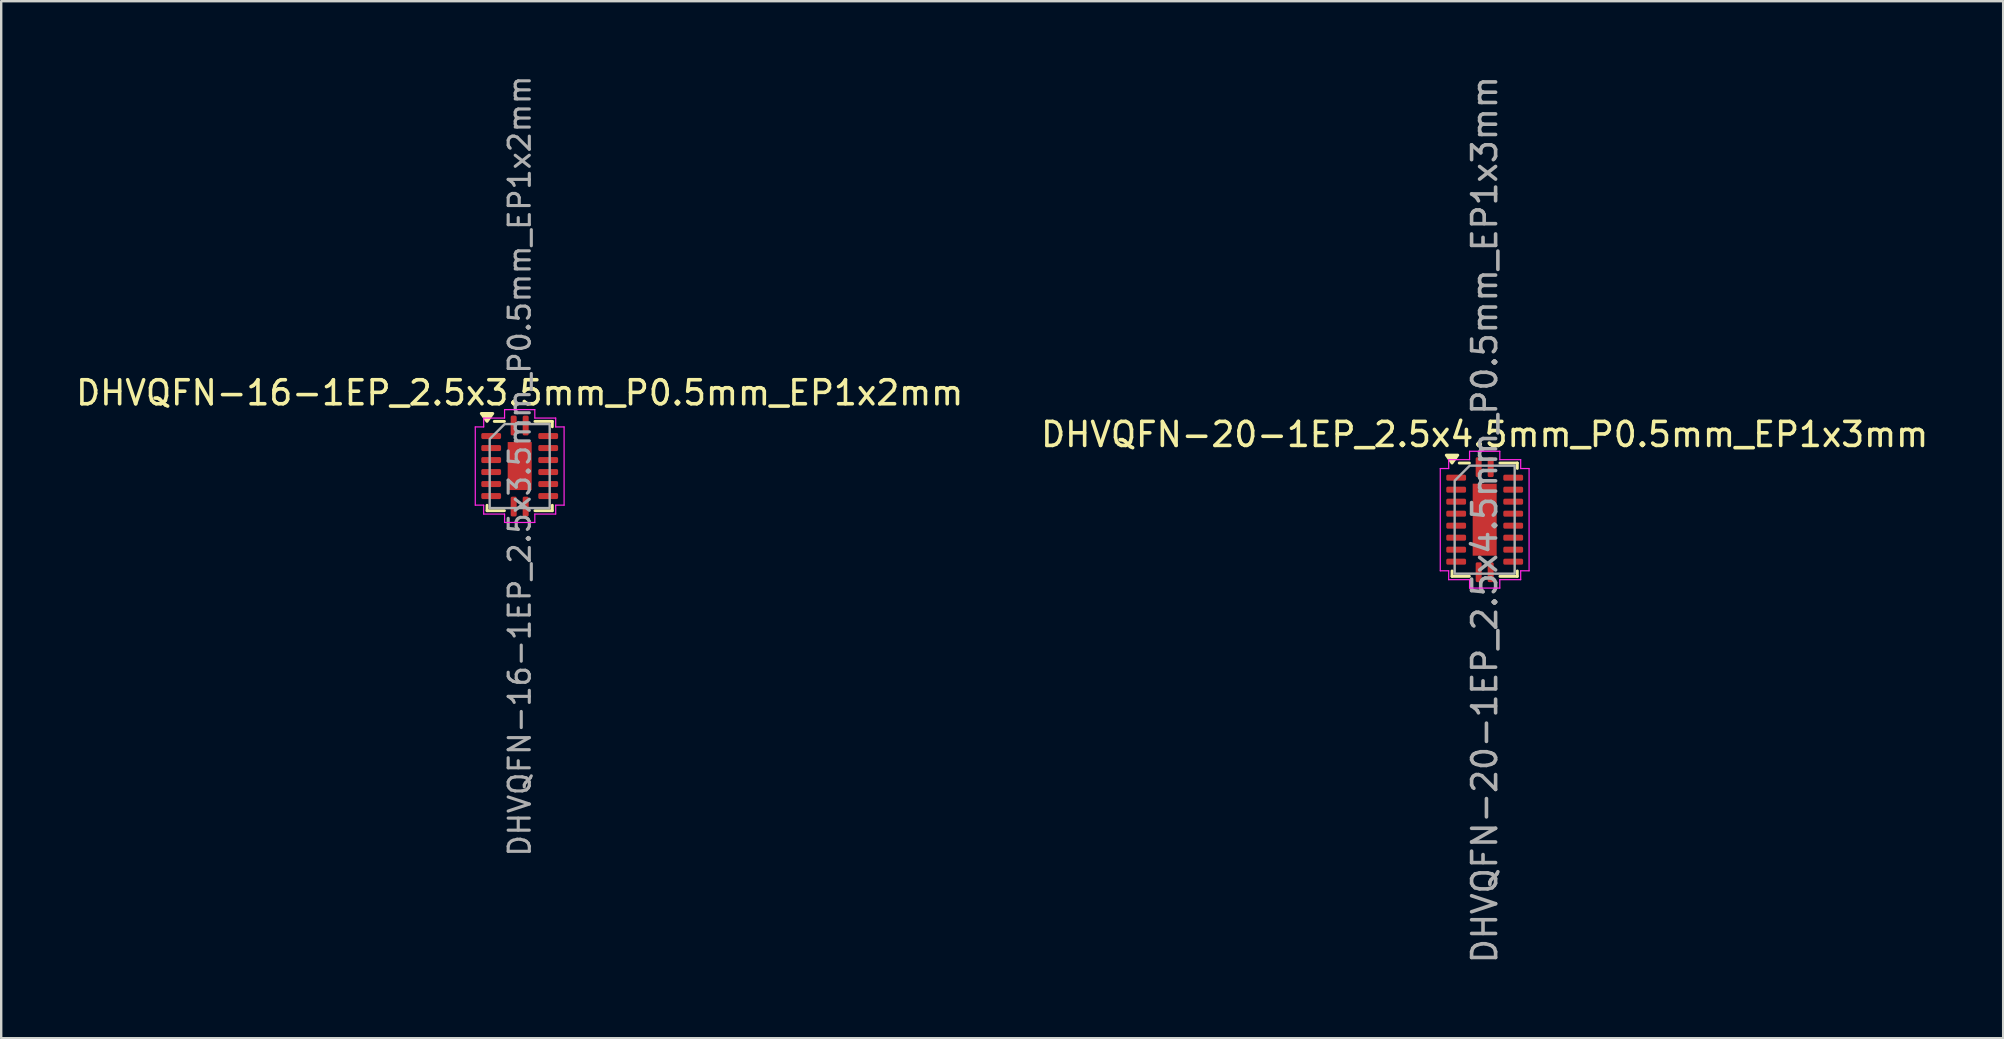
<source format=kicad_pcb>
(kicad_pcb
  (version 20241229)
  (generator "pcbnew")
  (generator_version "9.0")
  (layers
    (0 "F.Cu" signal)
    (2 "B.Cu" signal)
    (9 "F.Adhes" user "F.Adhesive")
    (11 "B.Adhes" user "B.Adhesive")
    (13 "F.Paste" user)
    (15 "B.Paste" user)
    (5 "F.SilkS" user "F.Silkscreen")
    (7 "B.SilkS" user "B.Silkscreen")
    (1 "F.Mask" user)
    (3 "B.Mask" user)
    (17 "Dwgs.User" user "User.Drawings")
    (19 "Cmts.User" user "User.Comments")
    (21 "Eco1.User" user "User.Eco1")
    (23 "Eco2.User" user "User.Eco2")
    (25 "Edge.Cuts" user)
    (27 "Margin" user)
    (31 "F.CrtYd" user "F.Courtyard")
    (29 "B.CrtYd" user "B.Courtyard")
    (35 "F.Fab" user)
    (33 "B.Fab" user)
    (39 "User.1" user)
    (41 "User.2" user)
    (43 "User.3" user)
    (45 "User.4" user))
  (footprint "DHVQFN-20-1EP_2.5x4.5mm_P0.5mm_EP1x3mm"
    (layer "F.Cu")
    (at 58.804 18.601)
    (property "Reference" "DHVQFN-20-1EP_2.5x4.5mm_P0.5mm_EP1x3mm" (at 0 -3.55 0) (layer "F.SilkS") (effects (font (size 1 1) (thickness 0.15))))
    (attr smd)
    (fp_line (start -1.36 2.36) (end -1.36 2.135) (stroke (width 0.12) (type solid)) (layer "F.SilkS"))
    (fp_line (start -0.635 -2.36) (end -1.06 -2.36) (stroke (width 0.12) (type solid)) (layer "F.SilkS"))
    (fp_line (start -0.635 2.36) (end -1.36 2.36) (stroke (width 0.12) (type solid)) (layer "F.SilkS"))
    (fp_line (start 0.635 -2.36) (end 1.36 -2.36) (stroke (width 0.12) (type solid)) (layer "F.SilkS"))
    (fp_line (start 0.635 2.36) (end 1.36 2.36) (stroke (width 0.12) (type solid)) (layer "F.SilkS"))
    (fp_line (start 1.36 -2.36) (end 1.36 -2.135) (stroke (width 0.12) (type solid)) (layer "F.SilkS"))
    (fp_line (start 1.36 2.36) (end 1.36 2.135) (stroke (width 0.12) (type solid)) (layer "F.SilkS"))
    (fp_poly (pts (xy -1.36 -2.36) (xy -1.6 -2.69) (xy -1.12 -2.69)) (stroke (width 0.12) (type solid)) (fill yes) (layer "F.SilkS"))
    (fp_line (start -1.85 -2.13) (end -1.5 -2.13) (stroke (width 0.05) (type solid)) (layer "F.CrtYd"))
    (fp_line (start -1.85 2.13) (end -1.85 -2.13) (stroke (width 0.05) (type solid)) (layer "F.CrtYd"))
    (fp_line (start -1.5 -2.5) (end -0.63 -2.5) (stroke (width 0.05) (type solid)) (layer "F.CrtYd"))
    (fp_line (start -1.5 -2.13) (end -1.5 -2.5) (stroke (width 0.05) (type solid)) (layer "F.CrtYd"))
    (fp_line (start -1.5 2.13) (end -1.85 2.13) (stroke (width 0.05) (type solid)) (layer "F.CrtYd"))
    (fp_line (start -1.5 2.5) (end -1.5 2.13) (stroke (width 0.05) (type solid)) (layer "F.CrtYd"))
    (fp_line (start -0.63 -2.85) (end 0.63 -2.85) (stroke (width 0.05) (type solid)) (layer "F.CrtYd"))
    (fp_line (start -0.63 -2.5) (end -0.63 -2.85) (stroke (width 0.05) (type solid)) (layer "F.CrtYd"))
    (fp_line (start -0.63 2.5) (end -1.5 2.5) (stroke (width 0.05) (type solid)) (layer "F.CrtYd"))
    (fp_line (start -0.63 2.85) (end -0.63 2.5) (stroke (width 0.05) (type solid)) (layer "F.CrtYd"))
    (fp_line (start 0.63 -2.85) (end 0.63 -2.5) (stroke (width 0.05) (type solid)) (layer "F.CrtYd"))
    (fp_line (start 0.63 -2.5) (end 1.5 -2.5) (stroke (width 0.05) (type solid)) (layer "F.CrtYd"))
    (fp_line (start 0.63 2.5) (end 0.63 2.85) (stroke (width 0.05) (type solid)) (layer "F.CrtYd"))
    (fp_line (start 0.63 2.85) (end -0.63 2.85) (stroke (width 0.05) (type solid)) (layer "F.CrtYd"))
    (fp_line (start 1.5 -2.5) (end 1.5 -2.13) (stroke (width 0.05) (type solid)) (layer "F.CrtYd"))
    (fp_line (start 1.5 -2.13) (end 1.85 -2.13) (stroke (width 0.05) (type solid)) (layer "F.CrtYd"))
    (fp_line (start 1.5 2.13) (end 1.5 2.5) (stroke (width 0.05) (type solid)) (layer "F.CrtYd"))
    (fp_line (start 1.5 2.5) (end 0.63 2.5) (stroke (width 0.05) (type solid)) (layer "F.CrtYd"))
    (fp_line (start 1.85 -2.13) (end 1.85 2.13) (stroke (width 0.05) (type solid)) (layer "F.CrtYd"))
    (fp_line (start 1.85 2.13) (end 1.5 2.13) (stroke (width 0.05) (type solid)) (layer "F.CrtYd"))
    (fp_poly (pts (xy -1.25 -1.625) (xy -1.25 2.25) (xy 1.25 2.25) (xy 1.25 -2.25) (xy -0.625 -2.25)) (stroke (width 0.1) (type solid)) (fill no) (layer "F.Fab"))
    (fp_text user "${REFERENCE}" (at 0 0 90) (layer "F.Fab") (effects (font (size 1 1) (thickness 0.15))))
    (pad "" smd roundrect (at 0 -0.75) (size 0.81 1.21) (layers "F.Paste") (roundrect_rratio 0.25))
    (pad "" smd roundrect (at 0 0.75) (size 0.81 1.21) (layers "F.Paste") (roundrect_rratio 0.25))
    (pad "1" smd roundrect (at -0.25 -2.188) (size 0.25 0.825) (layers "F.Cu" "F.Mask" "F.Paste") (roundrect_rratio 0.25))
    (pad "2" smd roundrect (at -1.188 -1.75) (size 0.825 0.25) (layers "F.Cu" "F.Mask" "F.Paste") (roundrect_rratio 0.25))
    (pad "3" smd roundrect (at -1.188 -1.25) (size 0.825 0.25) (layers "F.Cu" "F.Mask" "F.Paste") (roundrect_rratio 0.25))
    (pad "4" smd roundrect (at -1.188 -0.75) (size 0.825 0.25) (layers "F.Cu" "F.Mask" "F.Paste") (roundrect_rratio 0.25))
    (pad "5" smd roundrect (at -1.188 -0.25) (size 0.825 0.25) (layers "F.Cu" "F.Mask" "F.Paste") (roundrect_rratio 0.25))
    (pad "6" smd roundrect (at -1.188 0.25) (size 0.825 0.25) (layers "F.Cu" "F.Mask" "F.Paste") (roundrect_rratio 0.25))
    (pad "7" smd roundrect (at -1.188 0.75) (size 0.825 0.25) (layers "F.Cu" "F.Mask" "F.Paste") (roundrect_rratio 0.25))
    (pad "8" smd roundrect (at -1.188 1.25) (size 0.825 0.25) (layers "F.Cu" "F.Mask" "F.Paste") (roundrect_rratio 0.25))
    (pad "9" smd roundrect (at -1.188 1.75) (size 0.825 0.25) (layers "F.Cu" "F.Mask" "F.Paste") (roundrect_rratio 0.25))
    (pad "10" smd roundrect (at -0.25 2.188) (size 0.25 0.825) (layers "F.Cu" "F.Mask" "F.Paste") (roundrect_rratio 0.25))
    (pad "11" smd roundrect (at 0.25 2.188) (size 0.25 0.825) (layers "F.Cu" "F.Mask" "F.Paste") (roundrect_rratio 0.25))
    (pad "12" smd roundrect (at 1.188 1.75) (size 0.825 0.25) (layers "F.Cu" "F.Mask" "F.Paste") (roundrect_rratio 0.25))
    (pad "13" smd roundrect (at 1.188 1.25) (size 0.825 0.25) (layers "F.Cu" "F.Mask" "F.Paste") (roundrect_rratio 0.25))
    (pad "14" smd roundrect (at 1.188 0.75) (size 0.825 0.25) (layers "F.Cu" "F.Mask" "F.Paste") (roundrect_rratio 0.25))
    (pad "15" smd roundrect (at 1.188 0.25) (size 0.825 0.25) (layers "F.Cu" "F.Mask" "F.Paste") (roundrect_rratio 0.25))
    (pad "16" smd roundrect (at 1.188 -0.25) (size 0.825 0.25) (layers "F.Cu" "F.Mask" "F.Paste") (roundrect_rratio 0.25))
    (pad "17" smd roundrect (at 1.188 -0.75) (size 0.825 0.25) (layers "F.Cu" "F.Mask" "F.Paste") (roundrect_rratio 0.25))
    (pad "18" smd roundrect (at 1.188 -1.25) (size 0.825 0.25) (layers "F.Cu" "F.Mask" "F.Paste") (roundrect_rratio 0.25))
    (pad "19" smd roundrect (at 1.188 -1.75) (size 0.825 0.25) (layers "F.Cu" "F.Mask" "F.Paste") (roundrect_rratio 0.25))
    (pad "20" smd roundrect (at 0.25 -2.188) (size 0.25 0.825) (layers "F.Cu" "F.Mask" "F.Paste") (roundrect_rratio 0.25))
    (pad "21" smd rect (at 0 0) (size 1 3) (property pad_prop_heatsink) (layers "F.Cu" "F.Mask")))
  (footprint "DHVQFN-16-1EP_2.5x3.5mm_P0.5mm_EP1x2mm"
    (layer "F.Cu")
    (at 18.601 16.366)
    (property "Reference" "DHVQFN-16-1EP_2.5x3.5mm_P0.5mm_EP1x2mm" (at 0 -3.05 0) (layer "F.SilkS") (effects (font (size 1 1) (thickness 0.15))))
    (attr smd)
    (fp_line (start -1.36 1.86) (end -1.36 1.635) (stroke (width 0.12) (type solid)) (layer "F.SilkS"))
    (fp_line (start -0.635 -1.86) (end -1.06 -1.86) (stroke (width 0.12) (type solid)) (layer "F.SilkS"))
    (fp_line (start -0.635 1.86) (end -1.36 1.86) (stroke (width 0.12) (type solid)) (layer "F.SilkS"))
    (fp_line (start 0.635 -1.86) (end 1.36 -1.86) (stroke (width 0.12) (type solid)) (layer "F.SilkS"))
    (fp_line (start 0.635 1.86) (end 1.36 1.86) (stroke (width 0.12) (type solid)) (layer "F.SilkS"))
    (fp_line (start 1.36 -1.86) (end 1.36 -1.635) (stroke (width 0.12) (type solid)) (layer "F.SilkS"))
    (fp_line (start 1.36 1.86) (end 1.36 1.635) (stroke (width 0.12) (type solid)) (layer "F.SilkS"))
    (fp_poly (pts (xy -1.36 -1.86) (xy -1.6 -2.19) (xy -1.12 -2.19)) (stroke (width 0.12) (type solid)) (fill yes) (layer "F.SilkS"))
    (fp_line (start -1.85 -1.63) (end -1.5 -1.63) (stroke (width 0.05) (type solid)) (layer "F.CrtYd"))
    (fp_line (start -1.85 1.63) (end -1.85 -1.63) (stroke (width 0.05) (type solid)) (layer "F.CrtYd"))
    (fp_line (start -1.5 -2) (end -0.63 -2) (stroke (width 0.05) (type solid)) (layer "F.CrtYd"))
    (fp_line (start -1.5 -1.63) (end -1.5 -2) (stroke (width 0.05) (type solid)) (layer "F.CrtYd"))
    (fp_line (start -1.5 1.63) (end -1.85 1.63) (stroke (width 0.05) (type solid)) (layer "F.CrtYd"))
    (fp_line (start -1.5 2) (end -1.5 1.63) (stroke (width 0.05) (type solid)) (layer "F.CrtYd"))
    (fp_line (start -0.63 -2.35) (end 0.63 -2.35) (stroke (width 0.05) (type solid)) (layer "F.CrtYd"))
    (fp_line (start -0.63 -2) (end -0.63 -2.35) (stroke (width 0.05) (type solid)) (layer "F.CrtYd"))
    (fp_line (start -0.63 2) (end -1.5 2) (stroke (width 0.05) (type solid)) (layer "F.CrtYd"))
    (fp_line (start -0.63 2.35) (end -0.63 2) (stroke (width 0.05) (type solid)) (layer "F.CrtYd"))
    (fp_line (start 0.63 -2.35) (end 0.63 -2) (stroke (width 0.05) (type solid)) (layer "F.CrtYd"))
    (fp_line (start 0.63 -2) (end 1.5 -2) (stroke (width 0.05) (type solid)) (layer "F.CrtYd"))
    (fp_line (start 0.63 2) (end 0.63 2.35) (stroke (width 0.05) (type solid)) (layer "F.CrtYd"))
    (fp_line (start 0.63 2.35) (end -0.63 2.35) (stroke (width 0.05) (type solid)) (layer "F.CrtYd"))
    (fp_line (start 1.5 -2) (end 1.5 -1.63) (stroke (width 0.05) (type solid)) (layer "F.CrtYd"))
    (fp_line (start 1.5 -1.63) (end 1.85 -1.63) (stroke (width 0.05) (type solid)) (layer "F.CrtYd"))
    (fp_line (start 1.5 1.63) (end 1.5 2) (stroke (width 0.05) (type solid)) (layer "F.CrtYd"))
    (fp_line (start 1.5 2) (end 0.63 2) (stroke (width 0.05) (type solid)) (layer "F.CrtYd"))
    (fp_line (start 1.85 -1.63) (end 1.85 1.63) (stroke (width 0.05) (type solid)) (layer "F.CrtYd"))
    (fp_line (start 1.85 1.63) (end 1.5 1.63) (stroke (width 0.05) (type solid)) (layer "F.CrtYd"))
    (fp_poly (pts (xy -1.25 -1.125) (xy -1.25 1.75) (xy 1.25 1.75) (xy 1.25 -1.75) (xy -0.625 -1.75)) (stroke (width 0.1) (type solid)) (fill no) (layer "F.Fab"))
    (fp_text user "${REFERENCE}" (at 0 0 90) (layer "F.Fab") (effects (font (size 0.88 0.88) (thickness 0.13))))
    (pad "" smd roundrect (at 0 -0.5) (size 0.81 0.81) (layers "F.Paste") (roundrect_rratio 0.25))
    (pad "" smd roundrect (at 0 0.5) (size 0.81 0.81) (layers "F.Paste") (roundrect_rratio 0.25))
    (pad "1" smd roundrect (at -0.25 -1.688) (size 0.25 0.825) (layers "F.Cu" "F.Mask" "F.Paste") (roundrect_rratio 0.25))
    (pad "2" smd roundrect (at -1.188 -1.25) (size 0.825 0.25) (layers "F.Cu" "F.Mask" "F.Paste") (roundrect_rratio 0.25))
    (pad "3" smd roundrect (at -1.188 -0.75) (size 0.825 0.25) (layers "F.Cu" "F.Mask" "F.Paste") (roundrect_rratio 0.25))
    (pad "4" smd roundrect (at -1.188 -0.25) (size 0.825 0.25) (layers "F.Cu" "F.Mask" "F.Paste") (roundrect_rratio 0.25))
    (pad "5" smd roundrect (at -1.188 0.25) (size 0.825 0.25) (layers "F.Cu" "F.Mask" "F.Paste") (roundrect_rratio 0.25))
    (pad "6" smd roundrect (at -1.188 0.75) (size 0.825 0.25) (layers "F.Cu" "F.Mask" "F.Paste") (roundrect_rratio 0.25))
    (pad "7" smd roundrect (at -1.188 1.25) (size 0.825 0.25) (layers "F.Cu" "F.Mask" "F.Paste") (roundrect_rratio 0.25))
    (pad "8" smd roundrect (at -0.25 1.688) (size 0.25 0.825) (layers "F.Cu" "F.Mask" "F.Paste") (roundrect_rratio 0.25))
    (pad "9" smd roundrect (at 0.25 1.688) (size 0.25 0.825) (layers "F.Cu" "F.Mask" "F.Paste") (roundrect_rratio 0.25))
    (pad "10" smd roundrect (at 1.188 1.25) (size 0.825 0.25) (layers "F.Cu" "F.Mask" "F.Paste") (roundrect_rratio 0.25))
    (pad "11" smd roundrect (at 1.188 0.75) (size 0.825 0.25) (layers "F.Cu" "F.Mask" "F.Paste") (roundrect_rratio 0.25))
    (pad "12" smd roundrect (at 1.188 0.25) (size 0.825 0.25) (layers "F.Cu" "F.Mask" "F.Paste") (roundrect_rratio 0.25))
    (pad "13" smd roundrect (at 1.188 -0.25) (size 0.825 0.25) (layers "F.Cu" "F.Mask" "F.Paste") (roundrect_rratio 0.25))
    (pad "14" smd roundrect (at 1.188 -0.75) (size 0.825 0.25) (layers "F.Cu" "F.Mask" "F.Paste") (roundrect_rratio 0.25))
    (pad "15" smd roundrect (at 1.188 -1.25) (size 0.825 0.25) (layers "F.Cu" "F.Mask" "F.Paste") (roundrect_rratio 0.25))
    (pad "16" smd roundrect (at 0.25 -1.688) (size 0.25 0.825) (layers "F.Cu" "F.Mask" "F.Paste") (roundrect_rratio 0.25))
    (pad "17" smd rect (at 0 0) (size 1 2) (property pad_prop_heatsink) (layers "F.Cu" "F.Mask")))
  (gr_rect
    (start -3 -3)
    (end 80.405 40.202)
    (stroke (width 0.1) (type default))
    (fill no)
    (layer "Edge.Cuts")))
</source>
